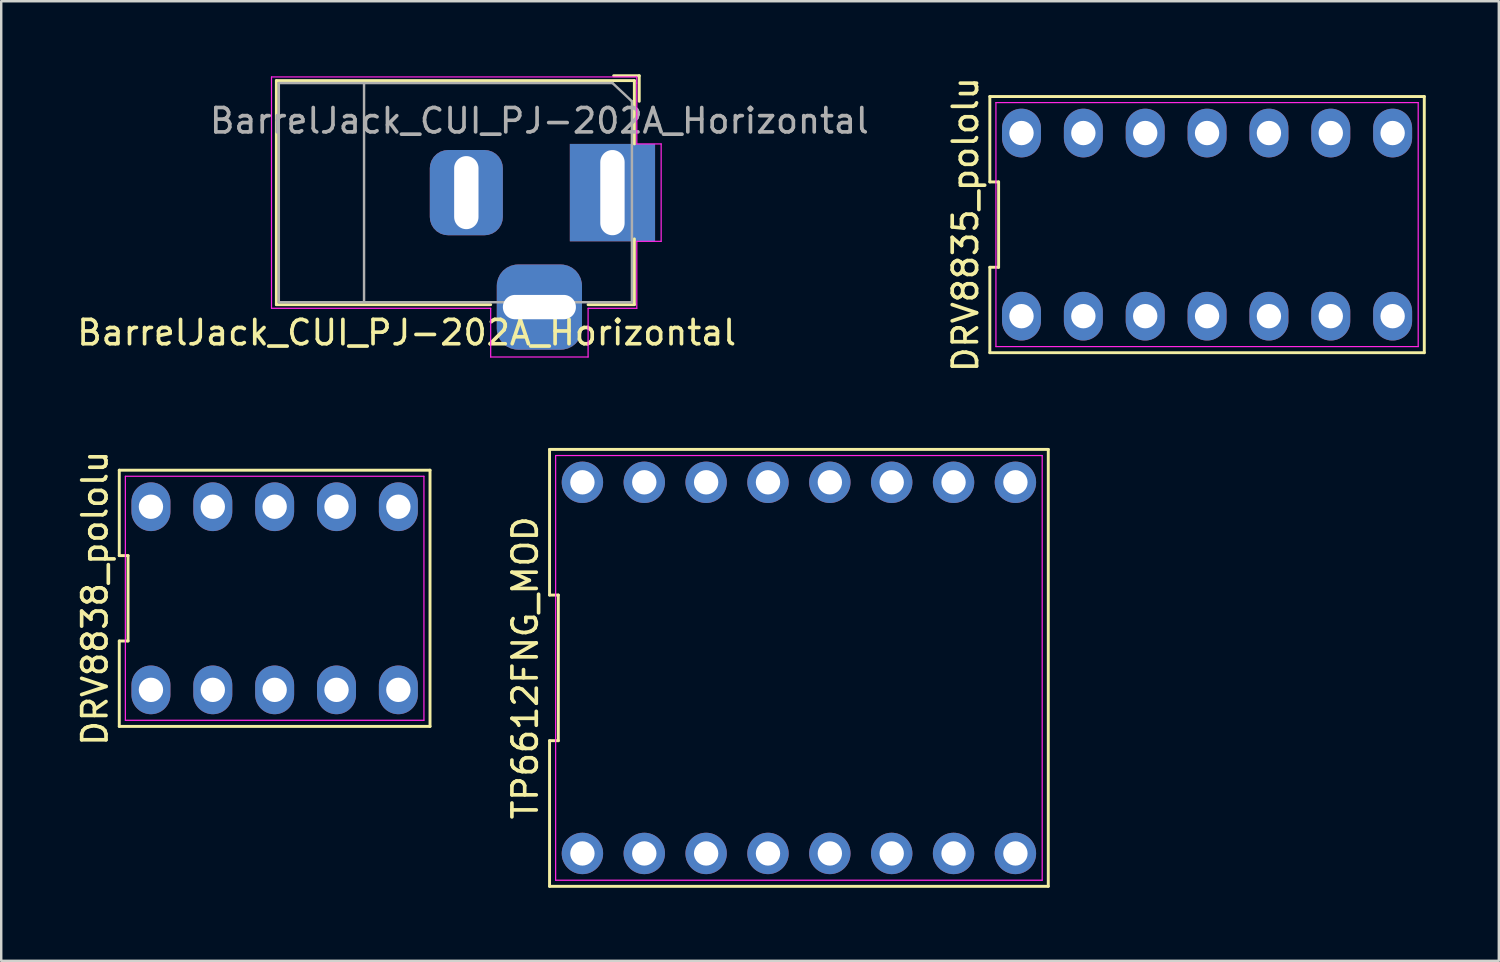
<source format=kicad_pcb>
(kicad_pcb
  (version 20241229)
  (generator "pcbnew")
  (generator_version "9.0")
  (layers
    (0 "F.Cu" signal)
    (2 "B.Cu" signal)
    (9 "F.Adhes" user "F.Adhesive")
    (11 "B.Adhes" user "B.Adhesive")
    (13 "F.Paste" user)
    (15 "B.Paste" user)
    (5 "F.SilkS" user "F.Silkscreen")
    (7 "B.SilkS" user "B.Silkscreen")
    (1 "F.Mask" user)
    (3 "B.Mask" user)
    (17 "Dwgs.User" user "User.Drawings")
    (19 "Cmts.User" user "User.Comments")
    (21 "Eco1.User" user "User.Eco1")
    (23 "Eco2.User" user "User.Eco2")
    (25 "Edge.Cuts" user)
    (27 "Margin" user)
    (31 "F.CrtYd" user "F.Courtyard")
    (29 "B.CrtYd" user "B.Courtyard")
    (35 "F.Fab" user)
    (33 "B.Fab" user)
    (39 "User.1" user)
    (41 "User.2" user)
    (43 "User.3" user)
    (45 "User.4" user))
  (footprint "DRV8835_pololu"
    (layer "F.Cu")
    (at 46.516 6.173)
    (property "Reference" "DRV8835_pololu" (at -9.92 0 90) (layer "F.SilkS") (effects (font (size 1 1) (thickness 0.15))))
    (fp_line (start -8.92 -5.26) (end -8.92 -1.753) (stroke (width 0.12) (type solid)) (layer "F.SilkS"))
    (fp_line (start -8.92 -1.753) (end -8.56 -1.753) (stroke (width 0.12) (type solid)) (layer "F.SilkS"))
    (fp_line (start -8.92 1.753) (end -8.92 5.26) (stroke (width 0.12) (type solid)) (layer "F.SilkS"))
    (fp_line (start -8.92 5.26) (end 8.92 5.26) (stroke (width 0.12) (type solid)) (layer "F.SilkS"))
    (fp_line (start -8.56 -1.753) (end -8.56 1.753) (stroke (width 0.12) (type solid)) (layer "F.SilkS"))
    (fp_line (start -8.56 1.753) (end -8.92 1.753) (stroke (width 0.12) (type solid)) (layer "F.SilkS"))
    (fp_line (start 8.92 -5.26) (end -8.92 -5.26) (stroke (width 0.12) (type solid)) (layer "F.SilkS"))
    (fp_line (start 8.92 5.26) (end 8.92 -5.26) (stroke (width 0.12) (type solid)) (layer "F.SilkS"))
    (fp_line (start -8.67 -5.01) (end 8.67 -5.01) (stroke (width 0.05) (type solid)) (layer "F.CrtYd"))
    (fp_line (start -8.67 5.01) (end -8.67 -5.01) (stroke (width 0.05) (type solid)) (layer "F.CrtYd"))
    (fp_line (start 8.67 -5.01) (end 8.67 5.01) (stroke (width 0.05) (type solid)) (layer "F.CrtYd"))
    (fp_line (start 8.67 5.01) (end -8.67 5.01) (stroke (width 0.05) (type solid)) (layer "F.CrtYd"))
    (pad "1" thru_hole oval (at -7.62 3.76) (size 1.6 2) (drill 1) (layers "*.Cu" "*.Mask"))
    (pad "2" thru_hole oval (at -5.08 3.76) (size 1.6 2) (drill 1) (layers "*.Cu" "*.Mask"))
    (pad "3" thru_hole oval (at -2.54 3.76) (size 1.6 2) (drill 1) (layers "*.Cu" "*.Mask"))
    (pad "4" thru_hole oval (at 0 3.76) (size 1.6 2) (drill 1) (layers "*.Cu" "*.Mask"))
    (pad "5" thru_hole oval (at 2.54 3.76) (size 1.6 2) (drill 1) (layers "*.Cu" "*.Mask"))
    (pad "6" thru_hole oval (at 5.08 3.76) (size 1.6 2) (drill 1) (layers "*.Cu" "*.Mask"))
    (pad "7" thru_hole oval (at 7.62 3.76) (size 1.6 2) (drill 1) (layers "*.Cu" "*.Mask"))
    (pad "8" thru_hole oval (at 7.62 -3.76) (size 1.6 2) (drill 1) (layers "*.Cu" "*.Mask"))
    (pad "9" thru_hole oval (at 5.08 -3.76) (size 1.6 2) (drill 1) (layers "*.Cu" "*.Mask"))
    (pad "10" thru_hole oval (at 2.54 -3.76) (size 1.6 2) (drill 1) (layers "*.Cu" "*.Mask"))
    (pad "11" thru_hole oval (at 0 -3.76) (size 1.6 2) (drill 1) (layers "*.Cu" "*.Mask"))
    (pad "12" thru_hole oval (at -2.54 -3.76) (size 1.6 2) (drill 1) (layers "*.Cu" "*.Mask"))
    (pad "13" thru_hole oval (at -5.08 -3.76) (size 1.6 2) (drill 1) (layers "*.Cu" "*.Mask"))
    (pad "14" thru_hole oval (at -7.62 -3.76) (size 1.6 2) (drill 1) (layers "*.Cu" "*.Mask")))
  (footprint "DRV8838_pololu"
    (layer "F.Cu")
    (at 8.228 21.518)
    (property "Reference" "DRV8838_pololu" (at -7.38 0 90) (layer "F.SilkS") (effects (font (size 1 1) (thickness 0.15))))
    (fp_line (start -6.38 -5.26) (end -6.38 -1.753) (stroke (width 0.12) (type solid)) (layer "F.SilkS"))
    (fp_line (start -6.38 -1.753) (end -6.02 -1.753) (stroke (width 0.12) (type solid)) (layer "F.SilkS"))
    (fp_line (start -6.38 1.753) (end -6.38 5.26) (stroke (width 0.12) (type solid)) (layer "F.SilkS"))
    (fp_line (start -6.38 5.26) (end 6.38 5.26) (stroke (width 0.12) (type solid)) (layer "F.SilkS"))
    (fp_line (start -6.02 -1.753) (end -6.02 1.753) (stroke (width 0.12) (type solid)) (layer "F.SilkS"))
    (fp_line (start -6.02 1.753) (end -6.38 1.753) (stroke (width 0.12) (type solid)) (layer "F.SilkS"))
    (fp_line (start 6.38 -5.26) (end -6.38 -5.26) (stroke (width 0.12) (type solid)) (layer "F.SilkS"))
    (fp_line (start 6.38 5.26) (end 6.38 -5.26) (stroke (width 0.12) (type solid)) (layer "F.SilkS"))
    (fp_line (start -6.13 -5.01) (end 6.13 -5.01) (stroke (width 0.05) (type solid)) (layer "F.CrtYd"))
    (fp_line (start -6.13 5.01) (end -6.13 -5.01) (stroke (width 0.05) (type solid)) (layer "F.CrtYd"))
    (fp_line (start 6.13 -5.01) (end 6.13 5.01) (stroke (width 0.05) (type solid)) (layer "F.CrtYd"))
    (fp_line (start 6.13 5.01) (end -6.13 5.01) (stroke (width 0.05) (type solid)) (layer "F.CrtYd"))
    (pad "1" thru_hole oval (at -5.08 3.76) (size 1.6 2) (drill 1) (layers "*.Cu" "*.Mask"))
    (pad "2" thru_hole oval (at -2.54 3.76) (size 1.6 2) (drill 1) (layers "*.Cu" "*.Mask"))
    (pad "3" thru_hole oval (at 0 3.76) (size 1.6 2) (drill 1) (layers "*.Cu" "*.Mask"))
    (pad "4" thru_hole oval (at 2.54 3.76) (size 1.6 2) (drill 1) (layers "*.Cu" "*.Mask"))
    (pad "5" thru_hole oval (at 5.08 3.76) (size 1.6 2) (drill 1) (layers "*.Cu" "*.Mask"))
    (pad "6" thru_hole oval (at 5.08 -3.76) (size 1.6 2) (drill 1) (layers "*.Cu" "*.Mask"))
    (pad "7" thru_hole oval (at 2.54 -3.76) (size 1.6 2) (drill 1) (layers "*.Cu" "*.Mask"))
    (pad "8" thru_hole oval (at 0 -3.76) (size 1.6 2) (drill 1) (layers "*.Cu" "*.Mask"))
    (pad "9" thru_hole oval (at -2.54 -3.76) (size 1.6 2) (drill 1) (layers "*.Cu" "*.Mask"))
    (pad "10" thru_hole oval (at -5.08 -3.76) (size 1.6 2) (drill 1) (layers "*.Cu" "*.Mask")))
  (footprint "TP6612FNG_MOD"
    (layer "F.Cu")
    (at 29.756 24.375)
    (property "Reference" "TP6612FNG_MOD" (at -11.24 0 90) (layer "F.SilkS") (effects (font (size 1 1) (thickness 0.15))))
    (fp_line (start -10.24 -8.97) (end -10.24 -2.99) (stroke (width 0.12) (type solid)) (layer "F.SilkS"))
    (fp_line (start -10.24 -2.99) (end -9.88 -2.99) (stroke (width 0.12) (type solid)) (layer "F.SilkS"))
    (fp_line (start -10.24 2.99) (end -10.24 8.97) (stroke (width 0.12) (type solid)) (layer "F.SilkS"))
    (fp_line (start -10.24 8.97) (end 10.24 8.97) (stroke (width 0.12) (type solid)) (layer "F.SilkS"))
    (fp_line (start -9.88 -2.99) (end -9.88 2.99) (stroke (width 0.12) (type solid)) (layer "F.SilkS"))
    (fp_line (start -9.88 2.99) (end -10.24 2.99) (stroke (width 0.12) (type solid)) (layer "F.SilkS"))
    (fp_line (start 10.24 -8.97) (end -10.24 -8.97) (stroke (width 0.12) (type solid)) (layer "F.SilkS"))
    (fp_line (start 10.24 8.97) (end 10.24 -8.97) (stroke (width 0.12) (type solid)) (layer "F.SilkS"))
    (fp_line (start -9.99 -8.72) (end 9.99 -8.72) (stroke (width 0.05) (type solid)) (layer "F.CrtYd"))
    (fp_line (start -9.99 8.72) (end -9.99 -8.72) (stroke (width 0.05) (type solid)) (layer "F.CrtYd"))
    (fp_line (start 9.99 -8.72) (end 9.99 8.72) (stroke (width 0.05) (type solid)) (layer "F.CrtYd"))
    (fp_line (start 9.99 8.72) (end -9.99 8.72) (stroke (width 0.05) (type solid)) (layer "F.CrtYd"))
    (pad "1" thru_hole circle (at -8.89 7.62) (size 1.7 1.7) (drill 1) (layers "*.Cu" "*.Mask"))
    (pad "2" thru_hole circle (at -6.35 7.62) (size 1.7 1.7) (drill 1) (layers "*.Cu" "*.Mask"))
    (pad "3" thru_hole circle (at -3.81 7.62) (size 1.7 1.7) (drill 1) (layers "*.Cu" "*.Mask"))
    (pad "4" thru_hole circle (at -1.27 7.62) (size 1.7 1.7) (drill 1) (layers "*.Cu" "*.Mask"))
    (pad "5" thru_hole circle (at 1.27 7.62) (size 1.7 1.7) (drill 1) (layers "*.Cu" "*.Mask"))
    (pad "6" thru_hole circle (at 3.81 7.62) (size 1.7 1.7) (drill 1) (layers "*.Cu" "*.Mask"))
    (pad "7" thru_hole circle (at 6.35 7.62) (size 1.7 1.7) (drill 1) (layers "*.Cu" "*.Mask"))
    (pad "8" thru_hole circle (at 8.89 7.62) (size 1.7 1.7) (drill 1) (layers "*.Cu" "*.Mask"))
    (pad "9" thru_hole circle (at 8.89 -7.62) (size 1.7 1.7) (drill 1) (layers "*.Cu" "*.Mask"))
    (pad "10" thru_hole circle (at 6.35 -7.62) (size 1.7 1.7) (drill 1) (layers "*.Cu" "*.Mask"))
    (pad "11" thru_hole circle (at 3.81 -7.62) (size 1.7 1.7) (drill 1) (layers "*.Cu" "*.Mask"))
    (pad "12" thru_hole circle (at 1.27 -7.62) (size 1.7 1.7) (drill 1) (layers "*.Cu" "*.Mask"))
    (pad "13" thru_hole circle (at -1.27 -7.62) (size 1.7 1.7) (drill 1) (layers "*.Cu" "*.Mask"))
    (pad "14" thru_hole circle (at -3.81 -7.62) (size 1.7 1.7) (drill 1) (layers "*.Cu" "*.Mask"))
    (pad "15" thru_hole circle (at -6.35 -7.62) (size 1.7 1.7) (drill 1) (layers "*.Cu" "*.Mask"))
    (pad "16" thru_hole circle (at -8.89 -7.62) (size 1.7 1.7) (drill 1) (layers "*.Cu" "*.Mask")))
  (footprint "BarrelJack_CUI_PJ-202A_Horizontal"
    (layer "F.Cu")
    (at 22.099 4.86)
    (property "Reference" "BarrelJack_CUI_PJ-202A_Horizontal" (at -8.45 5.75 0) (layer "F.SilkS") (effects (font (size 1 1) (thickness 0.15))))
    (attr through_hole)
    (fp_line (start -13.8 -4.6) (end 0.9 -4.6) (stroke (width 0.12) (type solid)) (layer "F.SilkS"))
    (fp_line (start -13.8 4.6) (end -13.8 -4.6) (stroke (width 0.12) (type solid)) (layer "F.SilkS"))
    (fp_line (start -5 4.6) (end -13.8 4.6) (stroke (width 0.12) (type solid)) (layer "F.SilkS"))
    (fp_line (start 0.05 -4.8) (end 1.1 -4.8) (stroke (width 0.12) (type solid)) (layer "F.SilkS"))
    (fp_line (start 0.9 -4.6) (end 0.9 -2) (stroke (width 0.12) (type solid)) (layer "F.SilkS"))
    (fp_line (start 0.9 1.9) (end 0.9 4.6) (stroke (width 0.12) (type solid)) (layer "F.SilkS"))
    (fp_line (start 0.9 4.6) (end -1 4.6) (stroke (width 0.12) (type solid)) (layer "F.SilkS"))
    (fp_line (start 1.1 -3.75) (end 1.1 -4.8) (stroke (width 0.12) (type solid)) (layer "F.SilkS"))
    (fp_line (start -14 4.75) (end -14 -4.75) (stroke (width 0.05) (type solid)) (layer "F.CrtYd"))
    (fp_line (start -5 4.75) (end -14 4.75) (stroke (width 0.05) (type solid)) (layer "F.CrtYd"))
    (fp_line (start -5 6.75) (end -5 4.75) (stroke (width 0.05) (type solid)) (layer "F.CrtYd"))
    (fp_line (start -1 4.75) (end -1 6.75) (stroke (width 0.05) (type solid)) (layer "F.CrtYd"))
    (fp_line (start -1 6.75) (end -5 6.75) (stroke (width 0.05) (type solid)) (layer "F.CrtYd"))
    (fp_line (start 1 -4.75) (end -14 -4.75) (stroke (width 0.05) (type solid)) (layer "F.CrtYd"))
    (fp_line (start 1 -4.5) (end 1 -4.75) (stroke (width 0.05) (type solid)) (layer "F.CrtYd"))
    (fp_line (start 1 -4.5) (end 1 -2) (stroke (width 0.05) (type solid)) (layer "F.CrtYd"))
    (fp_line (start 1 -2) (end 2 -2) (stroke (width 0.05) (type solid)) (layer "F.CrtYd"))
    (fp_line (start 1 2) (end 1 4.75) (stroke (width 0.05) (type solid)) (layer "F.CrtYd"))
    (fp_line (start 1 4.75) (end -1 4.75) (stroke (width 0.05) (type solid)) (layer "F.CrtYd"))
    (fp_line (start 2 -2) (end 2 2) (stroke (width 0.05) (type solid)) (layer "F.CrtYd"))
    (fp_line (start 2 2) (end 1 2) (stroke (width 0.05) (type solid)) (layer "F.CrtYd"))
    (fp_line (start -13.7 -4.5) (end -13.7 4.5) (stroke (width 0.1) (type solid)) (layer "F.Fab"))
    (fp_line (start -13.7 4.5) (end 0.8 4.5) (stroke (width 0.1) (type solid)) (layer "F.Fab"))
    (fp_line (start -10.2 -4.5) (end -10.2 4.5) (stroke (width 0.1) (type solid)) (layer "F.Fab"))
    (fp_line (start -0.003 -4.505) (end 0.8 -3.75) (stroke (width 0.1) (type solid)) (layer "F.Fab"))
    (fp_line (start 0 -4.5) (end -13.7 -4.5) (stroke (width 0.1) (type solid)) (layer "F.Fab"))
    (fp_line (start 0.8 4.5) (end 0.8 -3.75) (stroke (width 0.1) (type solid)) (layer "F.Fab"))
    (fp_text user "${REFERENCE}" (at -3 -2.95 0) (layer "F.Fab") (effects (font (size 1 1) (thickness 0.15))))
    (pad "1" thru_hole rect (at 0 0) (size 3.5 4) (drill oval 1 3.5) (layers "*.Cu" "*.Mask"))
    (pad "2" thru_hole roundrect (at -6 0) (size 3 3.5) (drill oval 1 3) (layers "*.Cu" "*.Mask") (roundrect_rratio 0.25))
    (pad "3" thru_hole roundrect (at -3 4.7) (size 3.5 3.5) (drill oval 3 1) (layers "*.Cu" "*.Mask") (roundrect_rratio 0.25)))
  (gr_rect
    (start -3 -3)
    (end 58.496 36.405)
    (stroke (width 0.1) (type default))
    (fill no)
    (layer "Edge.Cuts")))
</source>
